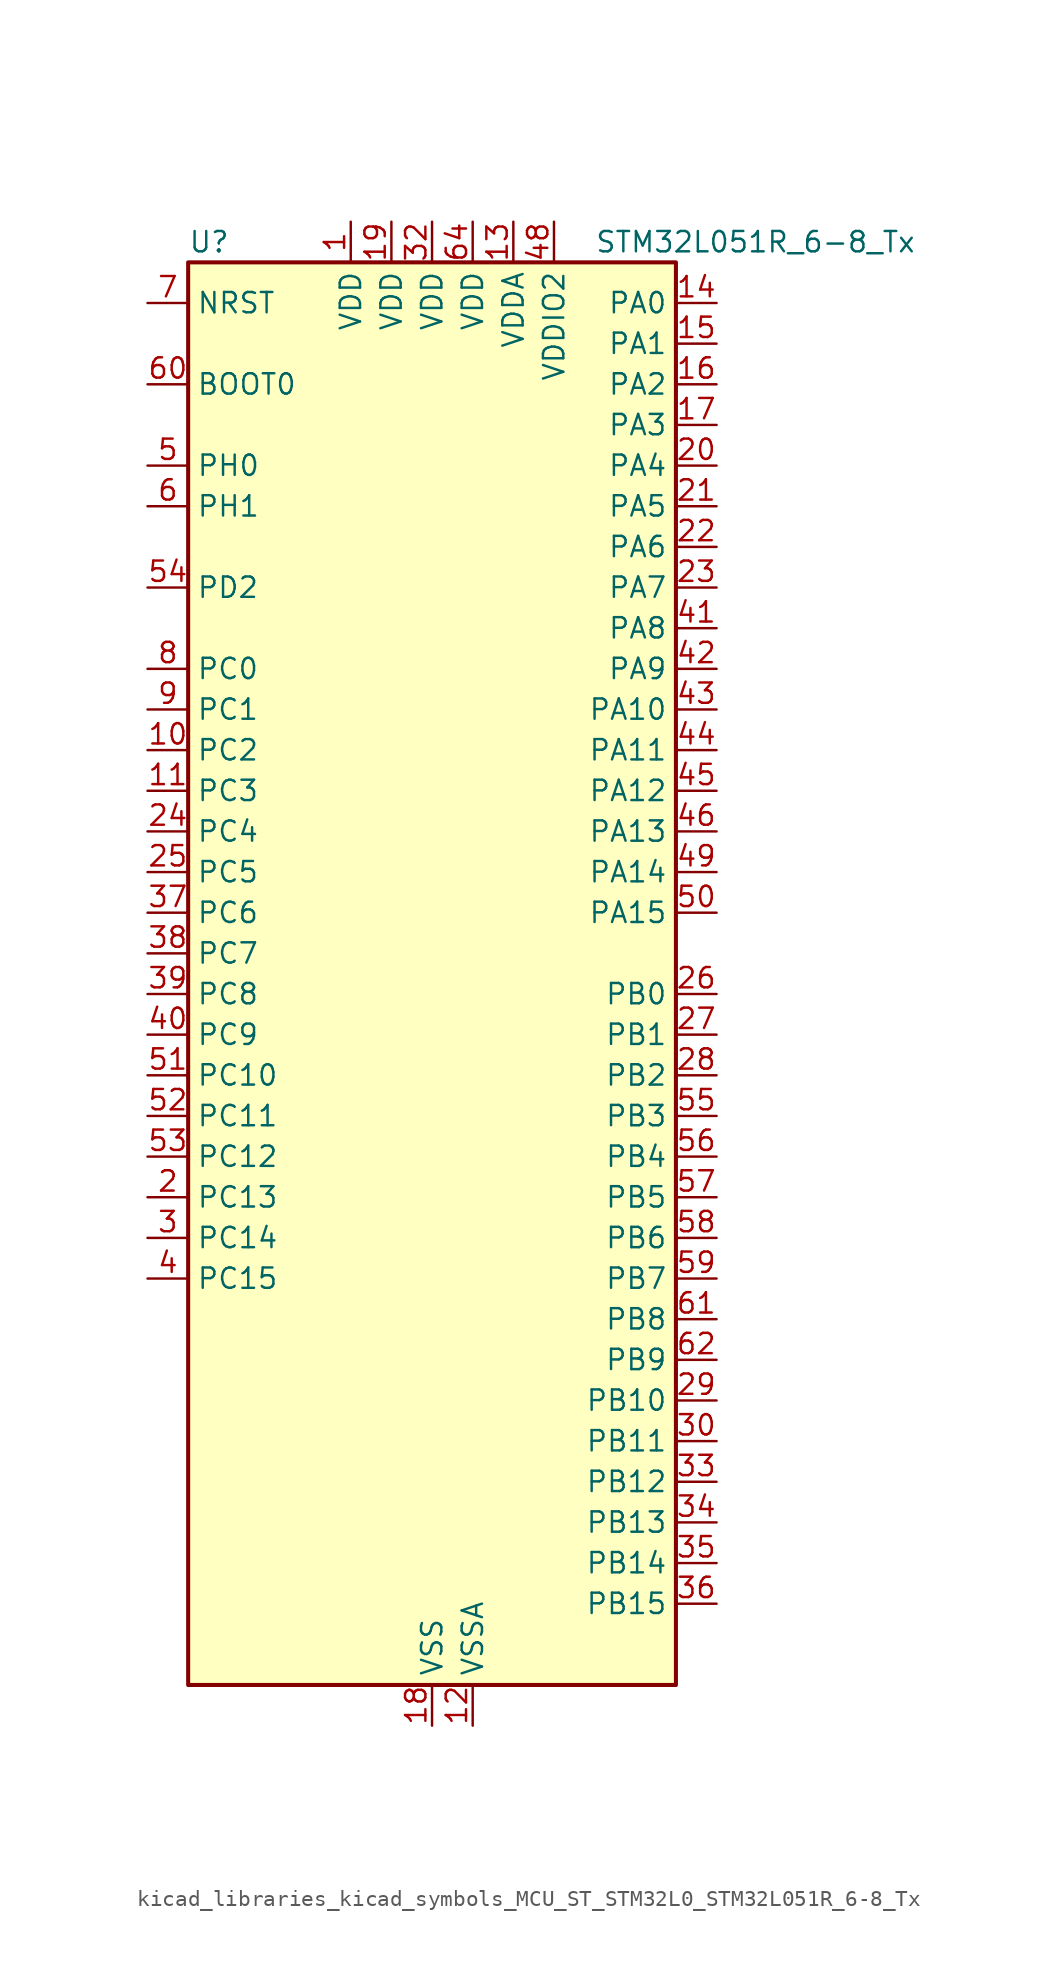
<source format=kicad_sym>
(kicad_symbol_lib
  (version 20220914)
  (generator kicad_symbol_editor)
  (symbol "kicad_libraries_kicad_symbols_MCU_ST_STM32L0_STM32L051R_6-8_Tx"
    (property "Reference" "U"
      (at -15.24 46.99 0)
      (effects (font (size 1.27 1.27)) (justify left)))
    (property "Value" "STM32L051R_6-8_Tx"
      (at 10.16 46.99 0)
      (effects (font (size 1.27 1.27)) (justify left)))
    (property "ki_locked" ""
      (at 0 0 0)
      (effects (font (size 1.27 1.27))))
    (symbol "kicad_libraries_kicad_symbols_MCU_ST_STM32L0_STM32L051R_6-8_Tx_0_1"
      (rectangle (start -15.24 -43.18) (end 15.24 45.72) (stroke (width 0.254) (type default)) (fill (type background))))
    (symbol "kicad_libraries_kicad_symbols_MCU_ST_STM32L0_STM32L051R_6-8_Tx_1_1"
      (pin power_in line (at -5.08 48.26 270) (length 2.54) (name "VDD" (effects (font (size 1.27 1.27)))) (number "1" (effects (font (size 1.27 1.27)))))
      (pin bidirectional line (at -17.78 15.24 0) (length 2.54) (name "PC2" (effects (font (size 1.27 1.27)))) (number "10" (effects (font (size 1.27 1.27)))) (alternate "ADC_IN12" bidirectional line) (alternate "I2S2_MCK" bidirectional line) (alternate "LPTIM1_IN2" bidirectional line) (alternate "SPI2_MISO" bidirectional line))
      (pin bidirectional line (at -17.78 12.7 0) (length 2.54) (name "PC3" (effects (font (size 1.27 1.27)))) (number "11" (effects (font (size 1.27 1.27)))) (alternate "ADC_IN13" bidirectional line) (alternate "I2S2_SD" bidirectional line) (alternate "LPTIM1_ETR" bidirectional line) (alternate "SPI2_MOSI" bidirectional line))
      (pin power_in line (at 2.54 -45.72 90) (length 2.54) (name "VSSA" (effects (font (size 1.27 1.27)))) (number "12" (effects (font (size 1.27 1.27)))))
      (pin power_in line (at 5.08 48.26 270) (length 2.54) (name "VDDA" (effects (font (size 1.27 1.27)))) (number "13" (effects (font (size 1.27 1.27)))))
      (pin bidirectional line (at 17.78 43.18 180) (length 2.54) (name "PA0" (effects (font (size 1.27 1.27)))) (number "14" (effects (font (size 1.27 1.27)))) (alternate "ADC_IN0" bidirectional line) (alternate "COMP1_INM" bidirectional line) (alternate "COMP1_OUT" bidirectional line) (alternate "RTC_TAMP2" bidirectional line) (alternate "SYS_WKUP1" bidirectional line) (alternate "TIM2_CH1" bidirectional line) (alternate "TIM2_ETR" bidirectional line) (alternate "USART2_CTS" bidirectional line))
      (pin bidirectional line (at 17.78 40.64 180) (length 2.54) (name "PA1" (effects (font (size 1.27 1.27)))) (number "15" (effects (font (size 1.27 1.27)))) (alternate "ADC_IN1" bidirectional line) (alternate "COMP1_INP" bidirectional line) (alternate "TIM21_ETR" bidirectional line) (alternate "TIM2_CH2" bidirectional line) (alternate "USART2_DE" bidirectional line) (alternate "USART2_RTS" bidirectional line))
      (pin bidirectional line (at 17.78 38.1 180) (length 2.54) (name "PA2" (effects (font (size 1.27 1.27)))) (number "16" (effects (font (size 1.27 1.27)))) (alternate "ADC_IN2" bidirectional line) (alternate "COMP2_INM" bidirectional line) (alternate "COMP2_OUT" bidirectional line) (alternate "TIM21_CH1" bidirectional line) (alternate "TIM2_CH3" bidirectional line) (alternate "USART2_TX" bidirectional line))
      (pin bidirectional line (at 17.78 35.56 180) (length 2.54) (name "PA3" (effects (font (size 1.27 1.27)))) (number "17" (effects (font (size 1.27 1.27)))) (alternate "ADC_IN3" bidirectional line) (alternate "COMP2_INP" bidirectional line) (alternate "TIM21_CH2" bidirectional line) (alternate "TIM2_CH4" bidirectional line) (alternate "USART2_RX" bidirectional line))
      (pin power_in line (at 0 -45.72 90) (length 2.54) (name "VSS" (effects (font (size 1.27 1.27)))) (number "18" (effects (font (size 1.27 1.27)))))
      (pin power_in line (at -2.54 48.26 270) (length 2.54) (name "VDD" (effects (font (size 1.27 1.27)))) (number "19" (effects (font (size 1.27 1.27)))))
      (pin bidirectional line (at -17.78 -12.7 0) (length 2.54) (name "PC13" (effects (font (size 1.27 1.27)))) (number "2" (effects (font (size 1.27 1.27)))) (alternate "RTC_OUT_ALARM" bidirectional line) (alternate "RTC_OUT_CALIB" bidirectional line) (alternate "RTC_TAMP1" bidirectional line) (alternate "RTC_TS" bidirectional line) (alternate "SYS_WKUP2" bidirectional line))
      (pin bidirectional line (at 17.78 33.02 180) (length 2.54) (name "PA4" (effects (font (size 1.27 1.27)))) (number "20" (effects (font (size 1.27 1.27)))) (alternate "ADC_IN4" bidirectional line) (alternate "COMP1_INM" bidirectional line) (alternate "COMP2_INM" bidirectional line) (alternate "SPI1_NSS" bidirectional line) (alternate "TIM22_ETR" bidirectional line) (alternate "USART2_CK" bidirectional line))
      (pin bidirectional line (at 17.78 30.48 180) (length 2.54) (name "PA5" (effects (font (size 1.27 1.27)))) (number "21" (effects (font (size 1.27 1.27)))) (alternate "ADC_IN5" bidirectional line) (alternate "COMP1_INM" bidirectional line) (alternate "COMP2_INM" bidirectional line) (alternate "SPI1_SCK" bidirectional line) (alternate "TIM2_CH1" bidirectional line) (alternate "TIM2_ETR" bidirectional line))
      (pin bidirectional line (at 17.78 27.94 180) (length 2.54) (name "PA6" (effects (font (size 1.27 1.27)))) (number "22" (effects (font (size 1.27 1.27)))) (alternate "ADC_IN6" bidirectional line) (alternate "COMP1_OUT" bidirectional line) (alternate "LPUART1_CTS" bidirectional line) (alternate "SPI1_MISO" bidirectional line) (alternate "TIM22_CH1" bidirectional line))
      (pin bidirectional line (at 17.78 25.4 180) (length 2.54) (name "PA7" (effects (font (size 1.27 1.27)))) (number "23" (effects (font (size 1.27 1.27)))) (alternate "ADC_IN7" bidirectional line) (alternate "COMP2_OUT" bidirectional line) (alternate "SPI1_MOSI" bidirectional line) (alternate "TIM22_CH2" bidirectional line))
      (pin bidirectional line (at -17.78 10.16 0) (length 2.54) (name "PC4" (effects (font (size 1.27 1.27)))) (number "24" (effects (font (size 1.27 1.27)))) (alternate "ADC_IN14" bidirectional line) (alternate "LPUART1_TX" bidirectional line))
      (pin bidirectional line (at -17.78 7.62 0) (length 2.54) (name "PC5" (effects (font (size 1.27 1.27)))) (number "25" (effects (font (size 1.27 1.27)))) (alternate "ADC_IN15" bidirectional line) (alternate "LPUART1_RX" bidirectional line))
      (pin bidirectional line (at 17.78 0 180) (length 2.54) (name "PB0" (effects (font (size 1.27 1.27)))) (number "26" (effects (font (size 1.27 1.27)))) (alternate "ADC_IN8" bidirectional line) (alternate "SYS_VREF_OUT_PB0" bidirectional line))
      (pin bidirectional line (at 17.78 -2.54 180) (length 2.54) (name "PB1" (effects (font (size 1.27 1.27)))) (number "27" (effects (font (size 1.27 1.27)))) (alternate "ADC_IN9" bidirectional line) (alternate "LPUART1_DE" bidirectional line) (alternate "LPUART1_RTS" bidirectional line) (alternate "SYS_VREF_OUT_PB1" bidirectional line))
      (pin bidirectional line (at 17.78 -5.08 180) (length 2.54) (name "PB2" (effects (font (size 1.27 1.27)))) (number "28" (effects (font (size 1.27 1.27)))) (alternate "LPTIM1_OUT" bidirectional line))
      (pin bidirectional line (at 17.78 -25.4 180) (length 2.54) (name "PB10" (effects (font (size 1.27 1.27)))) (number "29" (effects (font (size 1.27 1.27)))) (alternate "I2C2_SCL" bidirectional line) (alternate "LPUART1_TX" bidirectional line) (alternate "SPI2_SCK" bidirectional line) (alternate "TIM2_CH3" bidirectional line))
      (pin bidirectional line (at -17.78 -15.24 0) (length 2.54) (name "PC14" (effects (font (size 1.27 1.27)))) (number "3" (effects (font (size 1.27 1.27)))) (alternate "RCC_OSC32_IN" bidirectional line))
      (pin bidirectional line (at 17.78 -27.94 180) (length 2.54) (name "PB11" (effects (font (size 1.27 1.27)))) (number "30" (effects (font (size 1.27 1.27)))) (alternate "ADC_EXTI11" bidirectional line) (alternate "I2C2_SDA" bidirectional line) (alternate "LPUART1_RX" bidirectional line) (alternate "TIM2_CH4" bidirectional line))
      (pin passive line (at 0 -45.72 90) (length 2.54) hide (name "VSS" (effects (font (size 1.27 1.27)))) (number "31" (effects (font (size 1.27 1.27)))))
      (pin power_in line (at 0 48.26 270) (length 2.54) (name "VDD" (effects (font (size 1.27 1.27)))) (number "32" (effects (font (size 1.27 1.27)))))
      (pin bidirectional line (at 17.78 -30.48 180) (length 2.54) (name "PB12" (effects (font (size 1.27 1.27)))) (number "33" (effects (font (size 1.27 1.27)))) (alternate "I2S2_WS" bidirectional line) (alternate "LPUART1_DE" bidirectional line) (alternate "LPUART1_RTS" bidirectional line) (alternate "SPI2_NSS" bidirectional line))
      (pin bidirectional line (at 17.78 -33.02 180) (length 2.54) (name "PB13" (effects (font (size 1.27 1.27)))) (number "34" (effects (font (size 1.27 1.27)))) (alternate "I2C2_SCL" bidirectional line) (alternate "I2S2_CK" bidirectional line) (alternate "LPUART1_CTS" bidirectional line) (alternate "SPI2_SCK" bidirectional line) (alternate "TIM21_CH1" bidirectional line))
      (pin bidirectional line (at 17.78 -35.56 180) (length 2.54) (name "PB14" (effects (font (size 1.27 1.27)))) (number "35" (effects (font (size 1.27 1.27)))) (alternate "I2C2_SDA" bidirectional line) (alternate "I2S2_MCK" bidirectional line) (alternate "LPUART1_DE" bidirectional line) (alternate "LPUART1_RTS" bidirectional line) (alternate "RTC_OUT_ALARM" bidirectional line) (alternate "RTC_OUT_CALIB" bidirectional line) (alternate "SPI2_MISO" bidirectional line) (alternate "TIM21_CH2" bidirectional line))
      (pin bidirectional line (at 17.78 -38.1 180) (length 2.54) (name "PB15" (effects (font (size 1.27 1.27)))) (number "36" (effects (font (size 1.27 1.27)))) (alternate "I2S2_SD" bidirectional line) (alternate "RTC_REFIN" bidirectional line) (alternate "SPI2_MOSI" bidirectional line))
      (pin bidirectional line (at -17.78 5.08 0) (length 2.54) (name "PC6" (effects (font (size 1.27 1.27)))) (number "37" (effects (font (size 1.27 1.27)))) (alternate "TIM22_CH1" bidirectional line))
      (pin bidirectional line (at -17.78 2.54 0) (length 2.54) (name "PC7" (effects (font (size 1.27 1.27)))) (number "38" (effects (font (size 1.27 1.27)))) (alternate "TIM22_CH2" bidirectional line))
      (pin bidirectional line (at -17.78 0 0) (length 2.54) (name "PC8" (effects (font (size 1.27 1.27)))) (number "39" (effects (font (size 1.27 1.27)))) (alternate "TIM22_ETR" bidirectional line))
      (pin bidirectional line (at -17.78 -17.78 0) (length 2.54) (name "PC15" (effects (font (size 1.27 1.27)))) (number "4" (effects (font (size 1.27 1.27)))) (alternate "RCC_OSC32_OUT" bidirectional line))
      (pin bidirectional line (at -17.78 -2.54 0) (length 2.54) (name "PC9" (effects (font (size 1.27 1.27)))) (number "40" (effects (font (size 1.27 1.27)))) (alternate "TIM21_ETR" bidirectional line))
      (pin bidirectional line (at 17.78 22.86 180) (length 2.54) (name "PA8" (effects (font (size 1.27 1.27)))) (number "41" (effects (font (size 1.27 1.27)))) (alternate "RCC_MCO" bidirectional line) (alternate "USART1_CK" bidirectional line))
      (pin bidirectional line (at 17.78 20.32 180) (length 2.54) (name "PA9" (effects (font (size 1.27 1.27)))) (number "42" (effects (font (size 1.27 1.27)))) (alternate "RCC_MCO" bidirectional line) (alternate "USART1_TX" bidirectional line))
      (pin bidirectional line (at 17.78 17.78 180) (length 2.54) (name "PA10" (effects (font (size 1.27 1.27)))) (number "43" (effects (font (size 1.27 1.27)))) (alternate "USART1_RX" bidirectional line))
      (pin bidirectional line (at 17.78 15.24 180) (length 2.54) (name "PA11" (effects (font (size 1.27 1.27)))) (number "44" (effects (font (size 1.27 1.27)))) (alternate "ADC_EXTI11" bidirectional line) (alternate "COMP1_OUT" bidirectional line) (alternate "SPI1_MISO" bidirectional line) (alternate "USART1_CTS" bidirectional line))
      (pin bidirectional line (at 17.78 12.7 180) (length 2.54) (name "PA12" (effects (font (size 1.27 1.27)))) (number "45" (effects (font (size 1.27 1.27)))) (alternate "COMP2_OUT" bidirectional line) (alternate "SPI1_MOSI" bidirectional line) (alternate "USART1_DE" bidirectional line) (alternate "USART1_RTS" bidirectional line))
      (pin bidirectional line (at 17.78 10.16 180) (length 2.54) (name "PA13" (effects (font (size 1.27 1.27)))) (number "46" (effects (font (size 1.27 1.27)))) (alternate "SYS_SWDIO" bidirectional line))
      (pin passive line (at 0 -45.72 90) (length 2.54) hide (name "VSS" (effects (font (size 1.27 1.27)))) (number "47" (effects (font (size 1.27 1.27)))))
      (pin power_in line (at 7.62 48.26 270) (length 2.54) (name "VDDIO2" (effects (font (size 1.27 1.27)))) (number "48" (effects (font (size 1.27 1.27)))))
      (pin bidirectional line (at 17.78 7.62 180) (length 2.54) (name "PA14" (effects (font (size 1.27 1.27)))) (number "49" (effects (font (size 1.27 1.27)))) (alternate "SYS_SWCLK" bidirectional line) (alternate "USART2_TX" bidirectional line))
      (pin bidirectional line (at -17.78 33.02 0) (length 2.54) (name "PH0" (effects (font (size 1.27 1.27)))) (number "5" (effects (font (size 1.27 1.27)))) (alternate "RCC_OSC_IN" bidirectional line))
      (pin bidirectional line (at 17.78 5.08 180) (length 2.54) (name "PA15" (effects (font (size 1.27 1.27)))) (number "50" (effects (font (size 1.27 1.27)))) (alternate "SPI1_NSS" bidirectional line) (alternate "TIM2_CH1" bidirectional line) (alternate "TIM2_ETR" bidirectional line) (alternate "USART2_RX" bidirectional line))
      (pin bidirectional line (at -17.78 -5.08 0) (length 2.54) (name "PC10" (effects (font (size 1.27 1.27)))) (number "51" (effects (font (size 1.27 1.27)))) (alternate "LPUART1_TX" bidirectional line))
      (pin bidirectional line (at -17.78 -7.62 0) (length 2.54) (name "PC11" (effects (font (size 1.27 1.27)))) (number "52" (effects (font (size 1.27 1.27)))) (alternate "ADC_EXTI11" bidirectional line) (alternate "LPUART1_RX" bidirectional line))
      (pin bidirectional line (at -17.78 -10.16 0) (length 2.54) (name "PC12" (effects (font (size 1.27 1.27)))) (number "53" (effects (font (size 1.27 1.27)))))
      (pin bidirectional line (at -17.78 25.4 0) (length 2.54) (name "PD2" (effects (font (size 1.27 1.27)))) (number "54" (effects (font (size 1.27 1.27)))) (alternate "LPUART1_DE" bidirectional line) (alternate "LPUART1_RTS" bidirectional line))
      (pin bidirectional line (at 17.78 -7.62 180) (length 2.54) (name "PB3" (effects (font (size 1.27 1.27)))) (number "55" (effects (font (size 1.27 1.27)))) (alternate "COMP2_INM" bidirectional line) (alternate "SPI1_SCK" bidirectional line) (alternate "TIM2_CH2" bidirectional line))
      (pin bidirectional line (at 17.78 -10.16 180) (length 2.54) (name "PB4" (effects (font (size 1.27 1.27)))) (number "56" (effects (font (size 1.27 1.27)))) (alternate "COMP2_INP" bidirectional line) (alternate "SPI1_MISO" bidirectional line) (alternate "TIM22_CH1" bidirectional line))
      (pin bidirectional line (at 17.78 -12.7 180) (length 2.54) (name "PB5" (effects (font (size 1.27 1.27)))) (number "57" (effects (font (size 1.27 1.27)))) (alternate "COMP2_INP" bidirectional line) (alternate "I2C1_SMBA" bidirectional line) (alternate "LPTIM1_IN1" bidirectional line) (alternate "SPI1_MOSI" bidirectional line) (alternate "TIM22_CH2" bidirectional line))
      (pin bidirectional line (at 17.78 -15.24 180) (length 2.54) (name "PB6" (effects (font (size 1.27 1.27)))) (number "58" (effects (font (size 1.27 1.27)))) (alternate "COMP2_INP" bidirectional line) (alternate "I2C1_SCL" bidirectional line) (alternate "LPTIM1_ETR" bidirectional line) (alternate "USART1_TX" bidirectional line))
      (pin bidirectional line (at 17.78 -17.78 180) (length 2.54) (name "PB7" (effects (font (size 1.27 1.27)))) (number "59" (effects (font (size 1.27 1.27)))) (alternate "COMP2_INP" bidirectional line) (alternate "I2C1_SDA" bidirectional line) (alternate "LPTIM1_IN2" bidirectional line) (alternate "SYS_PVD_IN" bidirectional line) (alternate "USART1_RX" bidirectional line))
      (pin bidirectional line (at -17.78 30.48 0) (length 2.54) (name "PH1" (effects (font (size 1.27 1.27)))) (number "6" (effects (font (size 1.27 1.27)))) (alternate "RCC_OSC_OUT" bidirectional line))
      (pin input line (at -17.78 38.1 0) (length 2.54) (name "BOOT0" (effects (font (size 1.27 1.27)))) (number "60" (effects (font (size 1.27 1.27)))))
      (pin bidirectional line (at 17.78 -20.32 180) (length 2.54) (name "PB8" (effects (font (size 1.27 1.27)))) (number "61" (effects (font (size 1.27 1.27)))) (alternate "I2C1_SCL" bidirectional line))
      (pin bidirectional line (at 17.78 -22.86 180) (length 2.54) (name "PB9" (effects (font (size 1.27 1.27)))) (number "62" (effects (font (size 1.27 1.27)))) (alternate "I2C1_SDA" bidirectional line) (alternate "I2S2_WS" bidirectional line) (alternate "SPI2_NSS" bidirectional line))
      (pin passive line (at 0 -45.72 90) (length 2.54) hide (name "VSS" (effects (font (size 1.27 1.27)))) (number "63" (effects (font (size 1.27 1.27)))))
      (pin power_in line (at 2.54 48.26 270) (length 2.54) (name "VDD" (effects (font (size 1.27 1.27)))) (number "64" (effects (font (size 1.27 1.27)))))
      (pin input line (at -17.78 43.18 0) (length 2.54) (name "NRST" (effects (font (size 1.27 1.27)))) (number "7" (effects (font (size 1.27 1.27)))))
      (pin bidirectional line (at -17.78 20.32 0) (length 2.54) (name "PC0" (effects (font (size 1.27 1.27)))) (number "8" (effects (font (size 1.27 1.27)))) (alternate "ADC_IN10" bidirectional line) (alternate "LPTIM1_IN1" bidirectional line))
      (pin bidirectional line (at -17.78 17.78 0) (length 2.54) (name "PC1" (effects (font (size 1.27 1.27)))) (number "9" (effects (font (size 1.27 1.27)))) (alternate "ADC_IN11" bidirectional line) (alternate "LPTIM1_OUT" bidirectional line)))))
</source>
